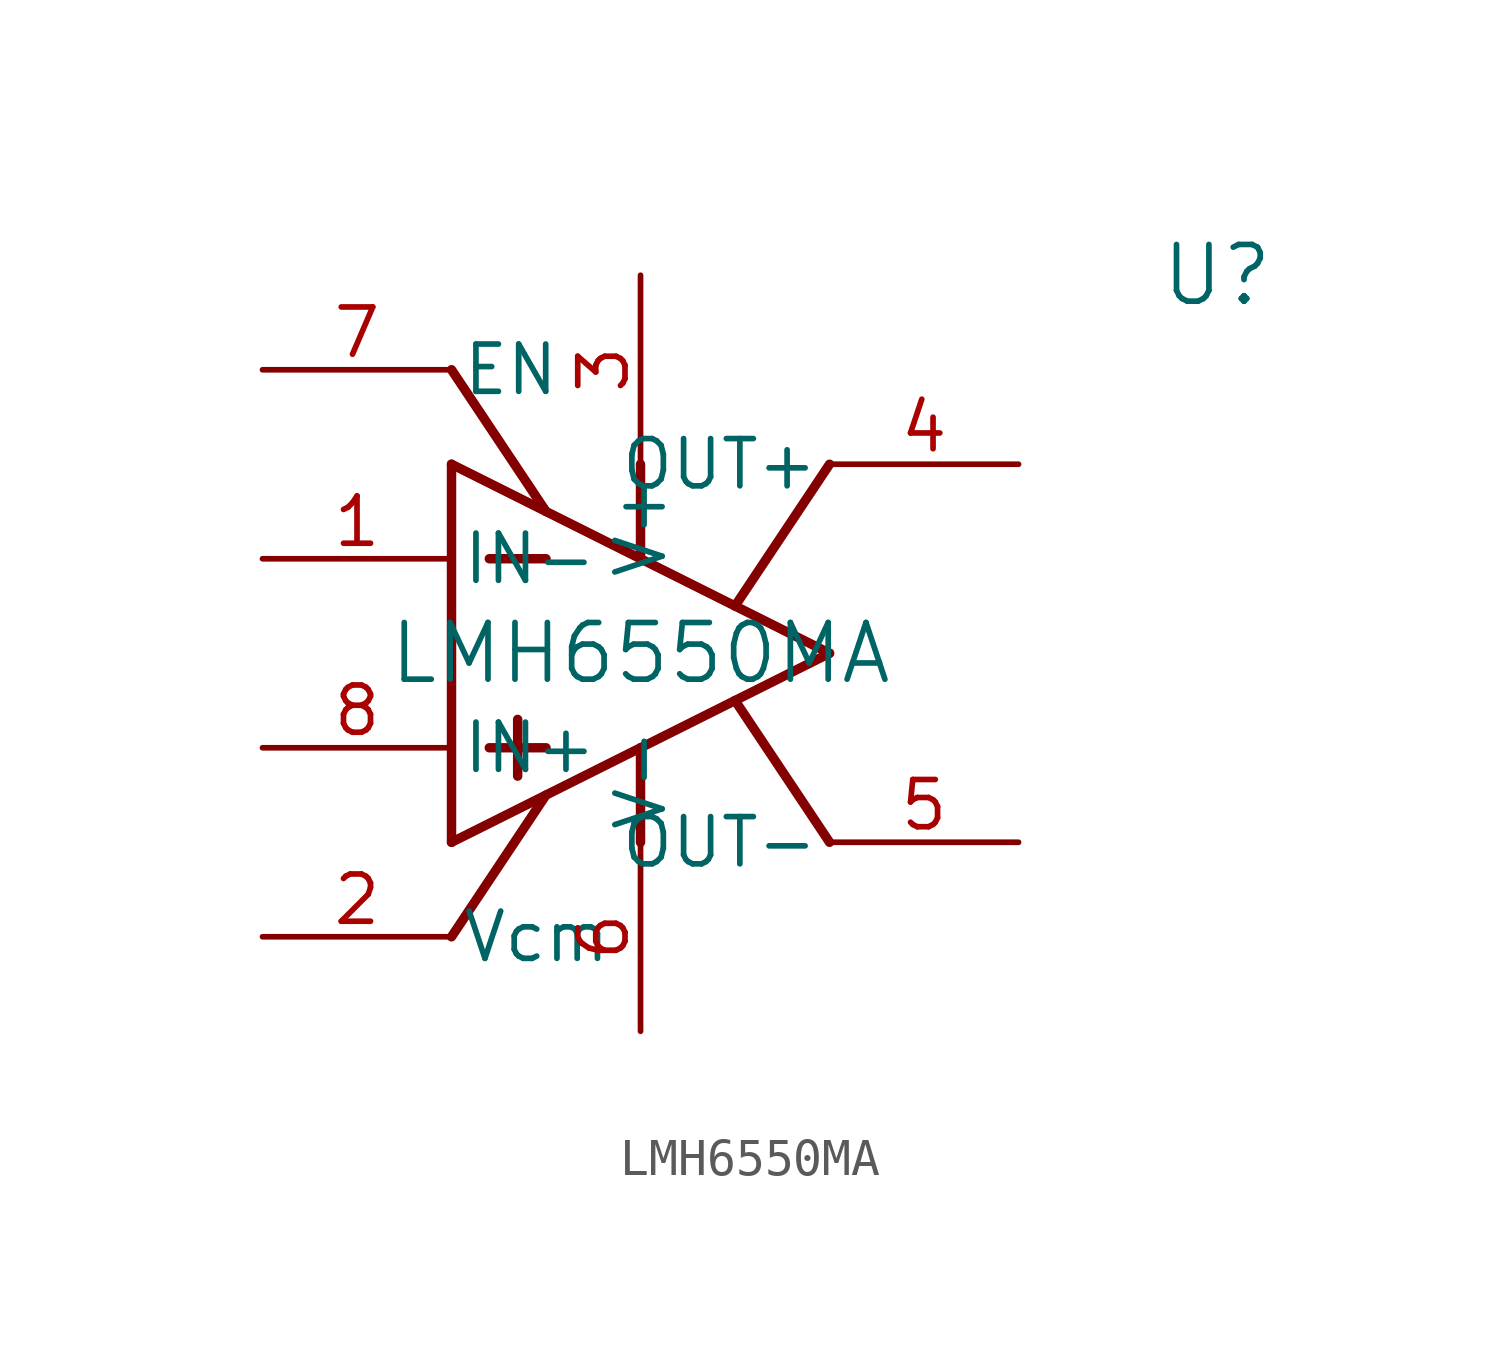
<source format=kicad_sym>
(kicad_symbol_lib
  (version 20241209)
  (generator "kicad_symbol_editor")
  (generator_version "9.0")
  (symbol "LMH6550MA"
    (pin_names
      (offset 0.254))
    (property "Reference" "U"
      (at 15.494 10.16 0)
      (effects (font (size 1.524 1.524))))
    (property "Value" "LMH6550MA"
      (at 0 0 0)
      (effects (font (size 1.524 1.524))))
    (property "ki_locked" ""
      (at 0 0 0)
      (effects (font (size 1.27 1.27))))
    (symbol "LMH6550MA_0_1"
      (polyline (pts (xy -5.08 7.62) (xy -2.54 3.81)) (stroke (width 0.254) (type default)) (fill (type none)))
      (polyline (pts (xy -5.08 5.08) (xy -5.08 -5.08)) (stroke (width 0.254) (type default)) (fill (type none)))
      (polyline (pts (xy -5.08 5.08) (xy 5.08 0)) (stroke (width 0.254) (type default)) (fill (type none)))
      (polyline (pts (xy -5.08 -5.08) (xy 5.08 0)) (stroke (width 0.254) (type default)) (fill (type none)))
      (polyline (pts (xy -5.08 -7.62) (xy -2.54 -3.81)) (stroke (width 0.254) (type default)) (fill (type none)))
      (polyline (pts (xy -4.064 2.54) (xy -2.54 2.54)) (stroke (width 0.254) (type default)) (fill (type none)))
      (polyline (pts (xy -4.064 -2.54) (xy -2.54 -2.54)) (stroke (width 0.254) (type default)) (fill (type none)))
      (polyline (pts (xy -3.302 -1.778) (xy -3.302 -3.302)) (stroke (width 0.254) (type default)) (fill (type none)))
      (polyline (pts (xy 0 5.08) (xy 0 2.54)) (stroke (width 0.254) (type default)) (fill (type none)))
      (polyline (pts (xy 0 -2.54) (xy 0 -5.08)) (stroke (width 0.254) (type default)) (fill (type none)))
      (polyline (pts (xy 2.54 1.27) (xy 5.08 5.08)) (stroke (width 0.254) (type default)) (fill (type none)))
      (polyline (pts (xy 2.54 -1.27) (xy 5.08 -5.08)) (stroke (width 0.254) (type default)) (fill (type none)))
      (pin passive line (at -10.16 7.62 0) (length 5.08) (name "EN" (effects (font (size 1.27 1.27)))) (number "7" (effects (font (size 1.27 1.27)))))
      (pin input line (at -10.16 2.54 0) (length 5.08) (name "IN-" (effects (font (size 1.27 1.27)))) (number "1" (effects (font (size 1.27 1.27)))))
      (pin input line (at -10.16 -2.54 0) (length 5.08) (name "IN+" (effects (font (size 1.27 1.27)))) (number "8" (effects (font (size 1.27 1.27)))))
      (pin input line (at -10.16 -7.62 0) (length 5.08) (name "Vcm" (effects (font (size 1.27 1.27)))) (number "2" (effects (font (size 1.27 1.27)))))
      (pin power_in line (at 0 10.16 270) (length 5.08) (name "V+" (effects (font (size 1.27 1.27)))) (number "3" (effects (font (size 1.27 1.27)))))
      (pin power_in line (at 0 -10.16 90) (length 5.08) (name "V-" (effects (font (size 1.27 1.27)))) (number "6" (effects (font (size 1.27 1.27)))))
      (pin output line (at 10.16 5.08 180) (length 5.08) (name "OUT+" (effects (font (size 1.27 1.27)))) (number "4" (effects (font (size 1.27 1.27)))))
      (pin output line (at 10.16 -5.08 180) (length 5.08) (name "OUT-" (effects (font (size 1.27 1.27)))) (number "5" (effects (font (size 1.27 1.27))))))))
</source>
